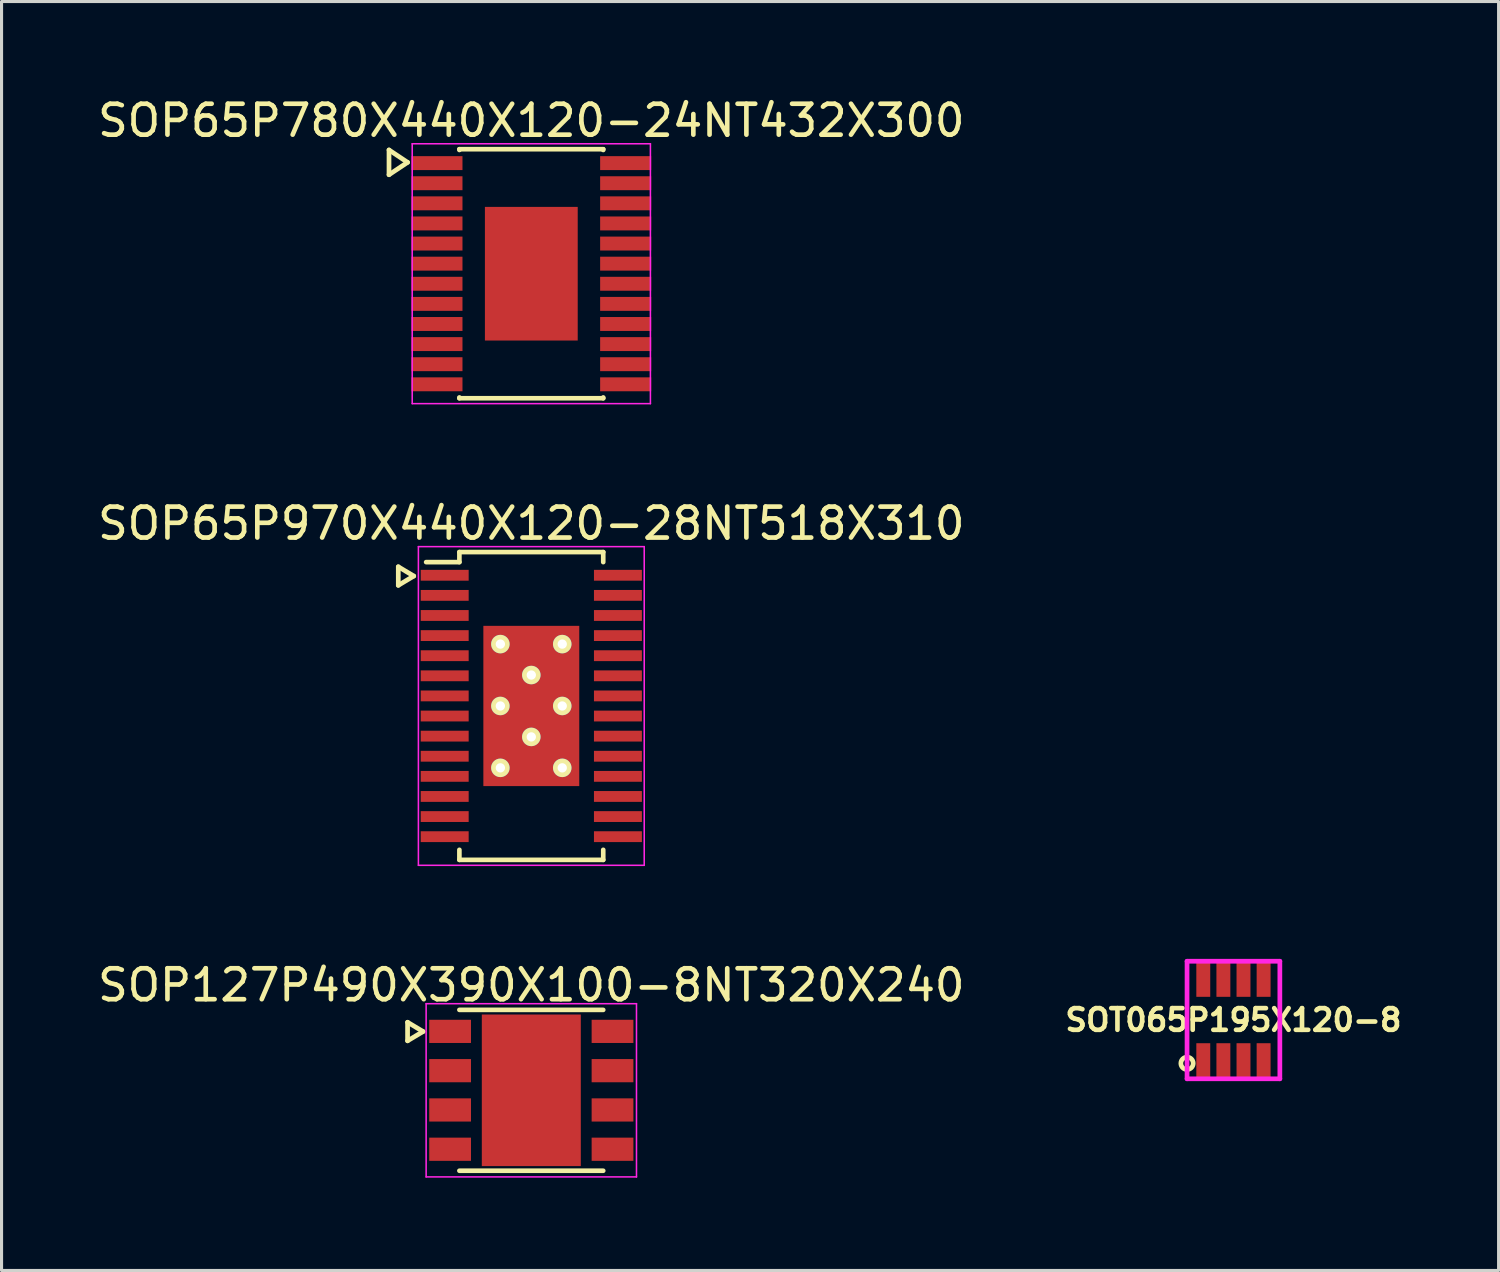
<source format=kicad_pcb>
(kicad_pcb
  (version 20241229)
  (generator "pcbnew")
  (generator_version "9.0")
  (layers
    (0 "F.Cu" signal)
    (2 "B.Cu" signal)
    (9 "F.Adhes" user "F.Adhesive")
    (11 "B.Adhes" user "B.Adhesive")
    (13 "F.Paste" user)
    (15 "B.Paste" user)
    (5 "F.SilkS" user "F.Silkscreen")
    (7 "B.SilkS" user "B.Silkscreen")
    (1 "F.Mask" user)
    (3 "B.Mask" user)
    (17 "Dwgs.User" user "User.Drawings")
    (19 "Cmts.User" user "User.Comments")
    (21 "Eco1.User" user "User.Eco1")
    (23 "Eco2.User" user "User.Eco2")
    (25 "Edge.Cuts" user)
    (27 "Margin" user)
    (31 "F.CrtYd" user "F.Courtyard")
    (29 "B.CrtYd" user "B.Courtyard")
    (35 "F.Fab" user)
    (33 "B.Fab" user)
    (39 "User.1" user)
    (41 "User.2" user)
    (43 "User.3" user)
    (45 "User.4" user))
  (footprint "SOT065P195X120-8"
    (layer "F.Cu")
    (at 36.822 29.923)
    (property "Reference" "SOT065P195X120-8" (at 0 0 0) (layer "F.SilkS") (effects (font (size 0.7 0.7) (thickness 0.15))))
    (attr through_hole)
    (fp_circle (center -1.5 1.4) (end -1.3 1.4) (stroke (width 0.152) (type solid)) (fill no) (layer "F.SilkS"))
    (fp_line (start -1.5 -1.9) (end -1.5 1.9) (stroke (width 0.152) (type solid)) (layer "F.CrtYd"))
    (fp_line (start -1.5 -1.9) (end 1.5 -1.9) (stroke (width 0.152) (type solid)) (layer "F.CrtYd"))
    (fp_line (start -1.5 1.9) (end 1.5 1.9) (stroke (width 0.152) (type solid)) (layer "F.CrtYd"))
    (fp_line (start 1.5 -1.9) (end 1.5 1.9) (stroke (width 0.152) (type solid)) (layer "F.CrtYd"))
    (pad "1" smd rect (at -0.975 1.3) (size 0.45 1.1) (layers "F.Cu" "F.Mask" "F.Paste"))
    (pad "2" smd rect (at -0.325 1.3) (size 0.45 1.1) (layers "F.Cu" "F.Mask" "F.Paste"))
    (pad "3" smd rect (at 0.325 1.3) (size 0.45 1.1) (layers "F.Cu" "F.Mask" "F.Paste"))
    (pad "4" smd rect (at 0.975 1.3) (size 0.45 1.1) (layers "F.Cu" "F.Mask" "F.Paste"))
    (pad "5" smd rect (at 0.975 -1.3) (size 0.45 1.1) (layers "F.Cu" "F.Mask" "F.Paste"))
    (pad "6" smd rect (at 0.325 -1.3) (size 0.45 1.1) (layers "F.Cu" "F.Mask" "F.Paste"))
    (pad "7" smd rect (at -0.325 -1.3) (size 0.45 1.1) (layers "F.Cu" "F.Mask" "F.Paste"))
    (pad "8" smd rect (at -0.975 -1.3) (size 0.45 1.1) (layers "F.Cu" "F.Mask" "F.Paste")))
  (footprint "SOP65P970X440X120-28NT518X310"
    (layer "F.Cu")
    (at 14.125 19.771)
    (property "Reference" "SOP65P970X440X120-28NT518X310" (at 0 -5.9 0) (layer "F.SilkS") (effects (font (size 1 1) (thickness 0.15))))
    (attr smd)
    (fp_line (start -4.3 -4.5) (end -4.3 -3.9) (stroke (width 0.152) (type solid)) (layer "F.SilkS"))
    (fp_line (start -4.3 -3.9) (end -3.8 -4.2) (stroke (width 0.152) (type solid)) (layer "F.SilkS"))
    (fp_line (start -3.8 -4.2) (end -4.3 -4.5) (stroke (width 0.152) (type solid)) (layer "F.SilkS"))
    (fp_line (start -2.325 -4.975) (end -2.325 -4.65) (stroke (width 0.15) (type solid)) (layer "F.SilkS"))
    (fp_line (start -2.325 -4.975) (end 2.325 -4.975) (stroke (width 0.15) (type solid)) (layer "F.SilkS"))
    (fp_line (start -2.325 -4.65) (end -3.4 -4.65) (stroke (width 0.15) (type solid)) (layer "F.SilkS"))
    (fp_line (start -2.325 4.975) (end -2.325 4.65) (stroke (width 0.15) (type solid)) (layer "F.SilkS"))
    (fp_line (start -2.325 4.975) (end 2.325 4.975) (stroke (width 0.15) (type solid)) (layer "F.SilkS"))
    (fp_line (start 2.325 -4.975) (end 2.325 -4.65) (stroke (width 0.15) (type solid)) (layer "F.SilkS"))
    (fp_line (start 2.325 4.975) (end 2.325 4.65) (stroke (width 0.15) (type solid)) (layer "F.SilkS"))
    (fp_line (start -3.65 -5.15) (end -3.65 5.15) (stroke (width 0.05) (type solid)) (layer "F.CrtYd"))
    (fp_line (start -3.65 -5.15) (end 3.65 -5.15) (stroke (width 0.05) (type solid)) (layer "F.CrtYd"))
    (fp_line (start -3.65 5.15) (end 3.65 5.15) (stroke (width 0.05) (type solid)) (layer "F.CrtYd"))
    (fp_line (start 3.65 -5.15) (end 3.65 5.15) (stroke (width 0.05) (type solid)) (layer "F.CrtYd"))
    (pad "1" smd rect (at -2.8 -4.225) (size 1.55 0.35) (layers "F.Cu" "F.Mask" "F.Paste"))
    (pad "2" smd rect (at -2.8 -3.575) (size 1.55 0.35) (layers "F.Cu" "F.Mask" "F.Paste"))
    (pad "3" smd rect (at -2.8 -2.925) (size 1.55 0.35) (layers "F.Cu" "F.Mask" "F.Paste"))
    (pad "4" smd rect (at -2.8 -2.275) (size 1.55 0.35) (layers "F.Cu" "F.Mask" "F.Paste"))
    (pad "5" smd rect (at -2.8 -1.625) (size 1.55 0.35) (layers "F.Cu" "F.Mask" "F.Paste"))
    (pad "6" smd rect (at -2.8 -0.975) (size 1.55 0.35) (layers "F.Cu" "F.Mask" "F.Paste"))
    (pad "7" smd rect (at -2.8 -0.325) (size 1.55 0.35) (layers "F.Cu" "F.Mask" "F.Paste"))
    (pad "8" smd rect (at -2.8 0.325) (size 1.55 0.35) (layers "F.Cu" "F.Mask" "F.Paste"))
    (pad "9" smd rect (at -2.8 0.975) (size 1.55 0.35) (layers "F.Cu" "F.Mask" "F.Paste"))
    (pad "10" smd rect (at -2.8 1.625) (size 1.55 0.35) (layers "F.Cu" "F.Mask" "F.Paste"))
    (pad "11" smd rect (at -2.8 2.275) (size 1.55 0.35) (layers "F.Cu" "F.Mask" "F.Paste"))
    (pad "12" smd rect (at -2.8 2.925) (size 1.55 0.35) (layers "F.Cu" "F.Mask" "F.Paste"))
    (pad "13" smd rect (at -2.8 3.575) (size 1.55 0.35) (layers "F.Cu" "F.Mask" "F.Paste"))
    (pad "14" smd rect (at -2.8 4.225) (size 1.55 0.35) (layers "F.Cu" "F.Mask" "F.Paste"))
    (pad "15" smd rect (at 2.8 4.225) (size 1.55 0.35) (layers "F.Cu" "F.Mask" "F.Paste"))
    (pad "16" smd rect (at 2.8 3.575) (size 1.55 0.35) (layers "F.Cu" "F.Mask" "F.Paste"))
    (pad "17" smd rect (at 2.8 2.925) (size 1.55 0.35) (layers "F.Cu" "F.Mask" "F.Paste"))
    (pad "18" smd rect (at 2.8 2.275) (size 1.55 0.35) (layers "F.Cu" "F.Mask" "F.Paste"))
    (pad "19" smd rect (at 2.8 1.625) (size 1.55 0.35) (layers "F.Cu" "F.Mask" "F.Paste"))
    (pad "20" smd rect (at 2.8 0.975) (size 1.55 0.35) (layers "F.Cu" "F.Mask" "F.Paste"))
    (pad "21" smd rect (at 2.8 0.325) (size 1.55 0.35) (layers "F.Cu" "F.Mask" "F.Paste"))
    (pad "22" smd rect (at 2.8 -0.325) (size 1.55 0.35) (layers "F.Cu" "F.Mask" "F.Paste"))
    (pad "23" smd rect (at 2.8 -0.975) (size 1.55 0.35) (layers "F.Cu" "F.Mask" "F.Paste"))
    (pad "24" smd rect (at 2.8 -1.625) (size 1.55 0.35) (layers "F.Cu" "F.Mask" "F.Paste"))
    (pad "25" smd rect (at 2.8 -2.275) (size 1.55 0.35) (layers "F.Cu" "F.Mask" "F.Paste"))
    (pad "26" smd rect (at 2.8 -2.925) (size 1.55 0.35) (layers "F.Cu" "F.Mask" "F.Paste"))
    (pad "27" smd rect (at 2.8 -3.575) (size 1.55 0.35) (layers "F.Cu" "F.Mask" "F.Paste"))
    (pad "28" smd rect (at 2.8 -4.225) (size 1.55 0.35) (layers "F.Cu" "F.Mask" "F.Paste"))
    (pad "29" thru_hole circle (at -1 -2) (size 0.6 0.6) (drill 0.3) (layers "*.Cu" "F.Mask" "F.SilkS"))
    (pad "29" thru_hole circle (at -1 0) (size 0.6 0.6) (drill 0.3) (layers "*.Cu" "F.Mask" "F.SilkS"))
    (pad "29" thru_hole circle (at -1 2) (size 0.6 0.6) (drill 0.3) (layers "*.Cu" "F.Mask" "F.SilkS"))
    (pad "29" thru_hole circle (at 0 -1) (size 0.6 0.6) (drill 0.3) (layers "*.Cu" "F.Mask" "F.SilkS"))
    (pad "29" smd rect (at 0 0) (size 3.1 5.18) (layers "F.Cu" "F.Mask" "F.Paste"))
    (pad "29" thru_hole circle (at 0 1) (size 0.6 0.6) (drill 0.3) (layers "*.Cu" "F.Mask" "F.SilkS"))
    (pad "29" thru_hole circle (at 1 -2) (size 0.6 0.6) (drill 0.3) (layers "*.Cu" "F.Mask" "F.SilkS"))
    (pad "29" thru_hole circle (at 1 0) (size 0.6 0.6) (drill 0.3) (layers "*.Cu" "F.Mask" "F.SilkS"))
    (pad "29" thru_hole circle (at 1 2) (size 0.6 0.6) (drill 0.3) (layers "*.Cu" "F.Mask" "F.SilkS")))
  (footprint "SOP127P490X390X100-8NT320X240"
    (layer "F.Cu")
    (at 14.125 32.195)
    (property "Reference" "SOP127P490X390X100-8NT320X240" (at 0 -3.4 0) (layer "F.SilkS") (effects (font (size 1 1) (thickness 0.15))))
    (attr smd)
    (fp_line (start -4 -2.2) (end -4 -1.6) (stroke (width 0.152) (type solid)) (layer "F.SilkS"))
    (fp_line (start -4 -1.6) (end -3.5 -1.9) (stroke (width 0.152) (type solid)) (layer "F.SilkS"))
    (fp_line (start -3.5 -1.9) (end -4 -2.2) (stroke (width 0.152) (type solid)) (layer "F.SilkS"))
    (fp_line (start -2.325 -2.6) (end 2.325 -2.6) (stroke (width 0.15) (type solid)) (layer "F.SilkS"))
    (fp_line (start -2.325 2.6) (end 2.325 2.6) (stroke (width 0.15) (type solid)) (layer "F.SilkS"))
    (fp_line (start -3.4 -2.8) (end -3.4 2.8) (stroke (width 0.05) (type solid)) (layer "F.CrtYd"))
    (fp_line (start -3.4 -2.8) (end 3.4 -2.8) (stroke (width 0.05) (type solid)) (layer "F.CrtYd"))
    (fp_line (start -3.4 2.8) (end 3.4 2.8) (stroke (width 0.05) (type solid)) (layer "F.CrtYd"))
    (fp_line (start 3.4 -2.8) (end 3.4 2.8) (stroke (width 0.05) (type solid)) (layer "F.CrtYd"))
    (pad "1" smd rect (at -2.625 -1.905) (size 1.35 0.75) (layers "F.Cu" "F.Mask" "F.Paste"))
    (pad "2" smd rect (at -2.625 -0.635) (size 1.35 0.75) (layers "F.Cu" "F.Mask" "F.Paste"))
    (pad "3" smd rect (at -2.625 0.635) (size 1.35 0.75) (layers "F.Cu" "F.Mask" "F.Paste"))
    (pad "4" smd rect (at -2.625 1.905) (size 1.35 0.75) (layers "F.Cu" "F.Mask" "F.Paste"))
    (pad "5" smd rect (at 2.625 1.905) (size 1.35 0.75) (layers "F.Cu" "F.Mask" "F.Paste"))
    (pad "6" smd rect (at 2.625 0.635) (size 1.35 0.75) (layers "F.Cu" "F.Mask" "F.Paste"))
    (pad "7" smd rect (at 2.625 -0.635) (size 1.35 0.75) (layers "F.Cu" "F.Mask" "F.Paste"))
    (pad "8" smd rect (at 2.625 -1.905) (size 1.35 0.75) (layers "F.Cu" "F.Mask" "F.Paste"))
    (pad "9" smd rect (at 0 0) (size 3.2 4.9) (layers "F.Cu" "F.Mask" "F.Paste")))
  (footprint "SOP65P780X440X120-24NT432X300"
    (layer "F.Cu")
    (at 14.125 5.798)
    (property "Reference" "SOP65P780X440X120-24NT432X300" (at 0 -4.95 0) (layer "F.SilkS") (effects (font (size 1 1) (thickness 0.15))))
    (attr smd)
    (fp_line (start -4.6 -4) (end -4.6 -3.2) (stroke (width 0.152) (type solid)) (layer "F.SilkS"))
    (fp_line (start -4.6 -3.2) (end -4 -3.6) (stroke (width 0.152) (type solid)) (layer "F.SilkS"))
    (fp_line (start -4 -3.6) (end -4.6 -4) (stroke (width 0.152) (type solid)) (layer "F.SilkS"))
    (fp_line (start -2.325 -4.025) (end -2.325 -4) (stroke (width 0.15) (type solid)) (layer "F.SilkS"))
    (fp_line (start -2.325 -4.025) (end 2.325 -4.025) (stroke (width 0.15) (type solid)) (layer "F.SilkS"))
    (fp_line (start -2.325 4.025) (end -2.325 4) (stroke (width 0.15) (type solid)) (layer "F.SilkS"))
    (fp_line (start -2.325 4.025) (end 2.325 4.025) (stroke (width 0.15) (type solid)) (layer "F.SilkS"))
    (fp_line (start 2.325 -4.025) (end 2.325 -4) (stroke (width 0.15) (type solid)) (layer "F.SilkS"))
    (fp_line (start 2.325 4.025) (end 2.325 4) (stroke (width 0.15) (type solid)) (layer "F.SilkS"))
    (fp_line (start -3.85 -4.2) (end -3.85 4.2) (stroke (width 0.05) (type solid)) (layer "F.CrtYd"))
    (fp_line (start -3.85 -4.2) (end 3.85 -4.2) (stroke (width 0.05) (type solid)) (layer "F.CrtYd"))
    (fp_line (start -3.85 4.2) (end 3.85 4.2) (stroke (width 0.05) (type solid)) (layer "F.CrtYd"))
    (fp_line (start 3.85 -4.2) (end 3.85 4.2) (stroke (width 0.05) (type solid)) (layer "F.CrtYd"))
    (pad "1" smd rect (at -3.05 -3.575) (size 1.65 0.45) (layers "F.Cu" "F.Mask" "F.Paste"))
    (pad "2" smd rect (at -3.05 -2.925) (size 1.65 0.45) (layers "F.Cu" "F.Mask" "F.Paste"))
    (pad "3" smd rect (at -3.05 -2.275) (size 1.65 0.45) (layers "F.Cu" "F.Mask" "F.Paste"))
    (pad "4" smd rect (at -3.05 -1.625) (size 1.65 0.45) (layers "F.Cu" "F.Mask" "F.Paste"))
    (pad "5" smd rect (at -3.05 -0.975) (size 1.65 0.45) (layers "F.Cu" "F.Mask" "F.Paste"))
    (pad "6" smd rect (at -3.05 -0.325) (size 1.65 0.45) (layers "F.Cu" "F.Mask" "F.Paste"))
    (pad "7" smd rect (at -3.05 0.325) (size 1.65 0.45) (layers "F.Cu" "F.Mask" "F.Paste"))
    (pad "8" smd rect (at -3.05 0.975) (size 1.65 0.45) (layers "F.Cu" "F.Mask" "F.Paste"))
    (pad "9" smd rect (at -3.05 1.625) (size 1.65 0.45) (layers "F.Cu" "F.Mask" "F.Paste"))
    (pad "10" smd rect (at -3.05 2.275) (size 1.65 0.45) (layers "F.Cu" "F.Mask" "F.Paste"))
    (pad "11" smd rect (at -3.05 2.925) (size 1.65 0.45) (layers "F.Cu" "F.Mask" "F.Paste"))
    (pad "12" smd rect (at -3.05 3.575) (size 1.65 0.45) (layers "F.Cu" "F.Mask" "F.Paste"))
    (pad "13" smd rect (at 3.05 3.575) (size 1.65 0.45) (layers "F.Cu" "F.Mask" "F.Paste"))
    (pad "14" smd rect (at 3.05 2.925) (size 1.65 0.45) (layers "F.Cu" "F.Mask" "F.Paste"))
    (pad "15" smd rect (at 3.05 2.275) (size 1.65 0.45) (layers "F.Cu" "F.Mask" "F.Paste"))
    (pad "16" smd rect (at 3.05 1.625) (size 1.65 0.45) (layers "F.Cu" "F.Mask" "F.Paste"))
    (pad "17" smd rect (at 3.05 0.975) (size 1.65 0.45) (layers "F.Cu" "F.Mask" "F.Paste"))
    (pad "18" smd rect (at 3.05 0.325) (size 1.65 0.45) (layers "F.Cu" "F.Mask" "F.Paste"))
    (pad "19" smd rect (at 3.05 -0.325) (size 1.65 0.45) (layers "F.Cu" "F.Mask" "F.Paste"))
    (pad "20" smd rect (at 3.05 -0.975) (size 1.65 0.45) (layers "F.Cu" "F.Mask" "F.Paste"))
    (pad "21" smd rect (at 3.05 -1.625) (size 1.65 0.45) (layers "F.Cu" "F.Mask" "F.Paste"))
    (pad "22" smd rect (at 3.05 -2.275) (size 1.65 0.45) (layers "F.Cu" "F.Mask" "F.Paste"))
    (pad "23" smd rect (at 3.05 -2.925) (size 1.65 0.45) (layers "F.Cu" "F.Mask" "F.Paste"))
    (pad "24" smd rect (at 3.05 -3.575) (size 1.65 0.45) (layers "F.Cu" "F.Mask" "F.Paste"))
    (pad "25" smd rect (at 0 0) (size 3 4.32) (layers "F.Cu" "F.Mask" "F.Paste")))
  (gr_rect
    (start -3 -3)
    (end 45.393 38.02)
    (stroke (width 0.1) (type default))
    (fill no)
    (layer "Edge.Cuts")))
</source>
